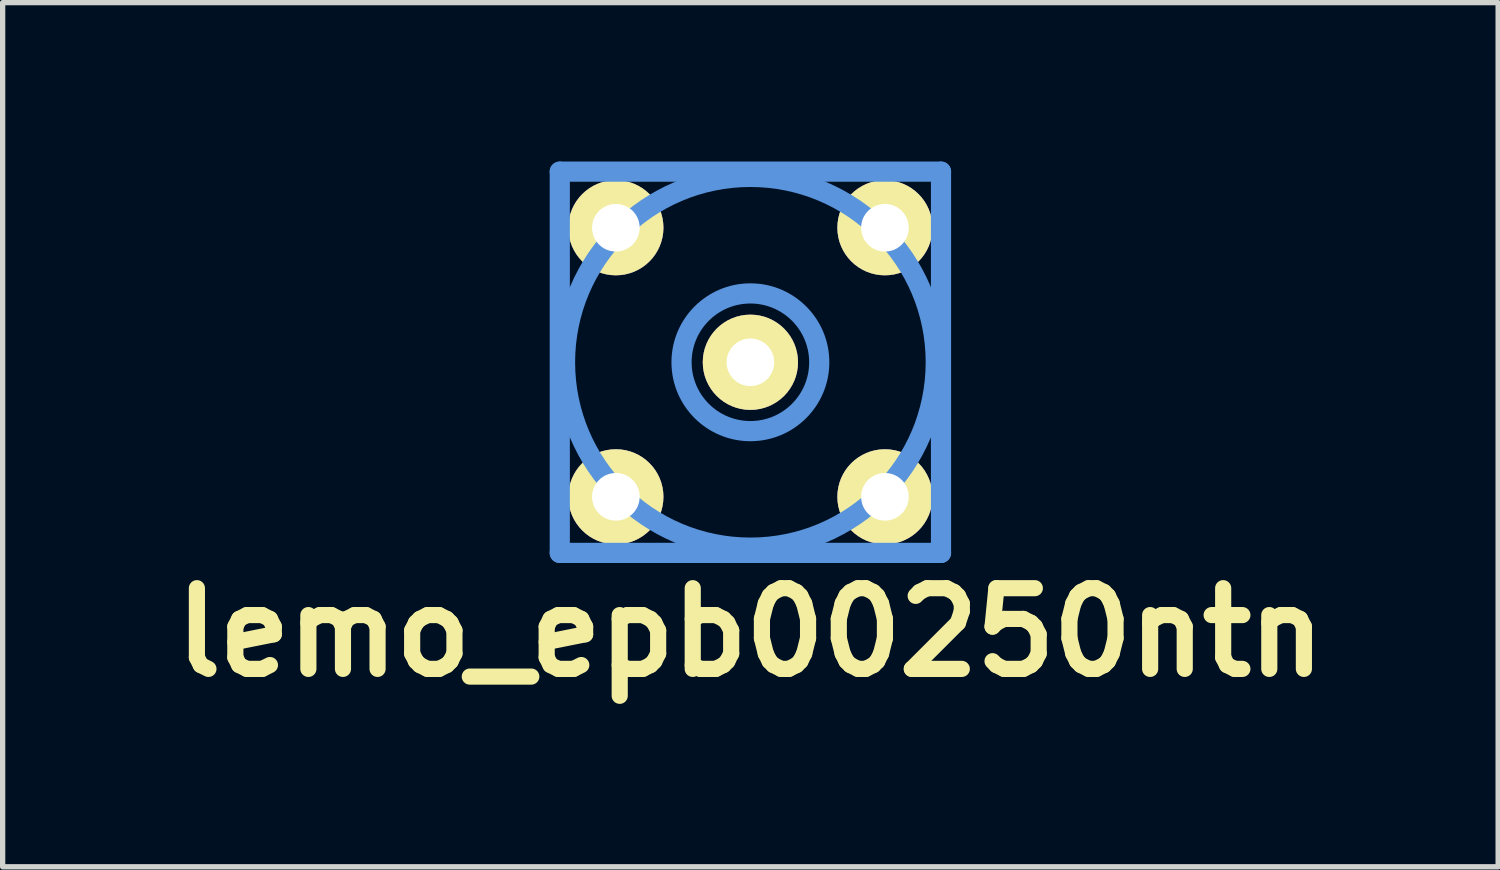
<source format=kicad_pcb>
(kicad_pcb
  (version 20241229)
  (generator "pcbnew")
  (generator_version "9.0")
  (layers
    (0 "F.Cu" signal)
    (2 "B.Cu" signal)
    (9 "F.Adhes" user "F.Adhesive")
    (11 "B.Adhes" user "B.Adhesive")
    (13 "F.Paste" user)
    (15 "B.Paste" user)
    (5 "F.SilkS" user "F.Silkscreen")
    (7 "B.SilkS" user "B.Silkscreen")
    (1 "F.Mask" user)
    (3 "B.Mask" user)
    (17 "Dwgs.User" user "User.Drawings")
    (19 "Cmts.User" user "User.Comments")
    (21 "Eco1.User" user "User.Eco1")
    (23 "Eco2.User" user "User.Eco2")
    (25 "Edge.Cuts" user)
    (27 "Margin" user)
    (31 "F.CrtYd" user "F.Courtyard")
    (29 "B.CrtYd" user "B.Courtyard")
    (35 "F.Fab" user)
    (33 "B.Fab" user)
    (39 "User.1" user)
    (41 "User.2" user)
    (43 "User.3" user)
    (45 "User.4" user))
  (footprint "lemo_epb00250ntn"
    (layer "F.Cu")
    (at 11.118 3.79)
    (property "Reference" "lemo_epb00250ntn" (at 0 5.1 0) (layer "F.SilkS") (effects (font (size 1.524 1.524) (thickness 0.305))))
    (attr through_hole)
    (fp_line (start -3.599 -3.599) (end 3.599 -3.599) (stroke (width 0.381) (type solid)) (layer "Cmts.User"))
    (fp_line (start -3.599 3.599) (end -3.599 -3.599) (stroke (width 0.381) (type solid)) (layer "Cmts.User"))
    (fp_line (start 3.599 -3.599) (end 3.599 3.599) (stroke (width 0.381) (type solid)) (layer "Cmts.User"))
    (fp_line (start 3.599 3.599) (end -3.599 3.599) (stroke (width 0.381) (type solid)) (layer "Cmts.User"))
    (fp_circle (center 0 0) (end -3.5 0) (stroke (width 0.381) (type solid)) (fill no) (layer "Cmts.User"))
    (fp_circle (center 0 0) (end -1.3 0) (stroke (width 0.381) (type solid)) (fill no) (layer "Cmts.User"))
    (pad "1" thru_hole circle (at 0 0) (size 1.798 1.798) (drill 0.899) (layers "*.Cu" "*.Mask" "F.SilkS"))
    (pad "2" thru_hole circle (at -2.54 -2.54) (size 1.796 1.796) (drill 0.899) (layers "*.Cu" "*.Mask" "F.SilkS"))
    (pad "2" thru_hole circle (at -2.54 2.54) (size 1.796 1.796) (drill 0.899) (layers "*.Cu" "*.Mask" "F.SilkS"))
    (pad "2" thru_hole circle (at 2.54 -2.54) (size 1.796 1.796) (drill 0.899) (layers "*.Cu" "*.Mask" "F.SilkS"))
    (pad "2" thru_hole circle (at 2.54 2.54) (size 1.796 1.796) (drill 0.899) (layers "*.Cu" "*.Mask" "F.SilkS")))
  (gr_rect
    (start -3 -3)
    (end 25.236 13.316)
    (stroke (width 0.1) (type default))
    (fill no)
    (layer "Edge.Cuts")))
</source>
